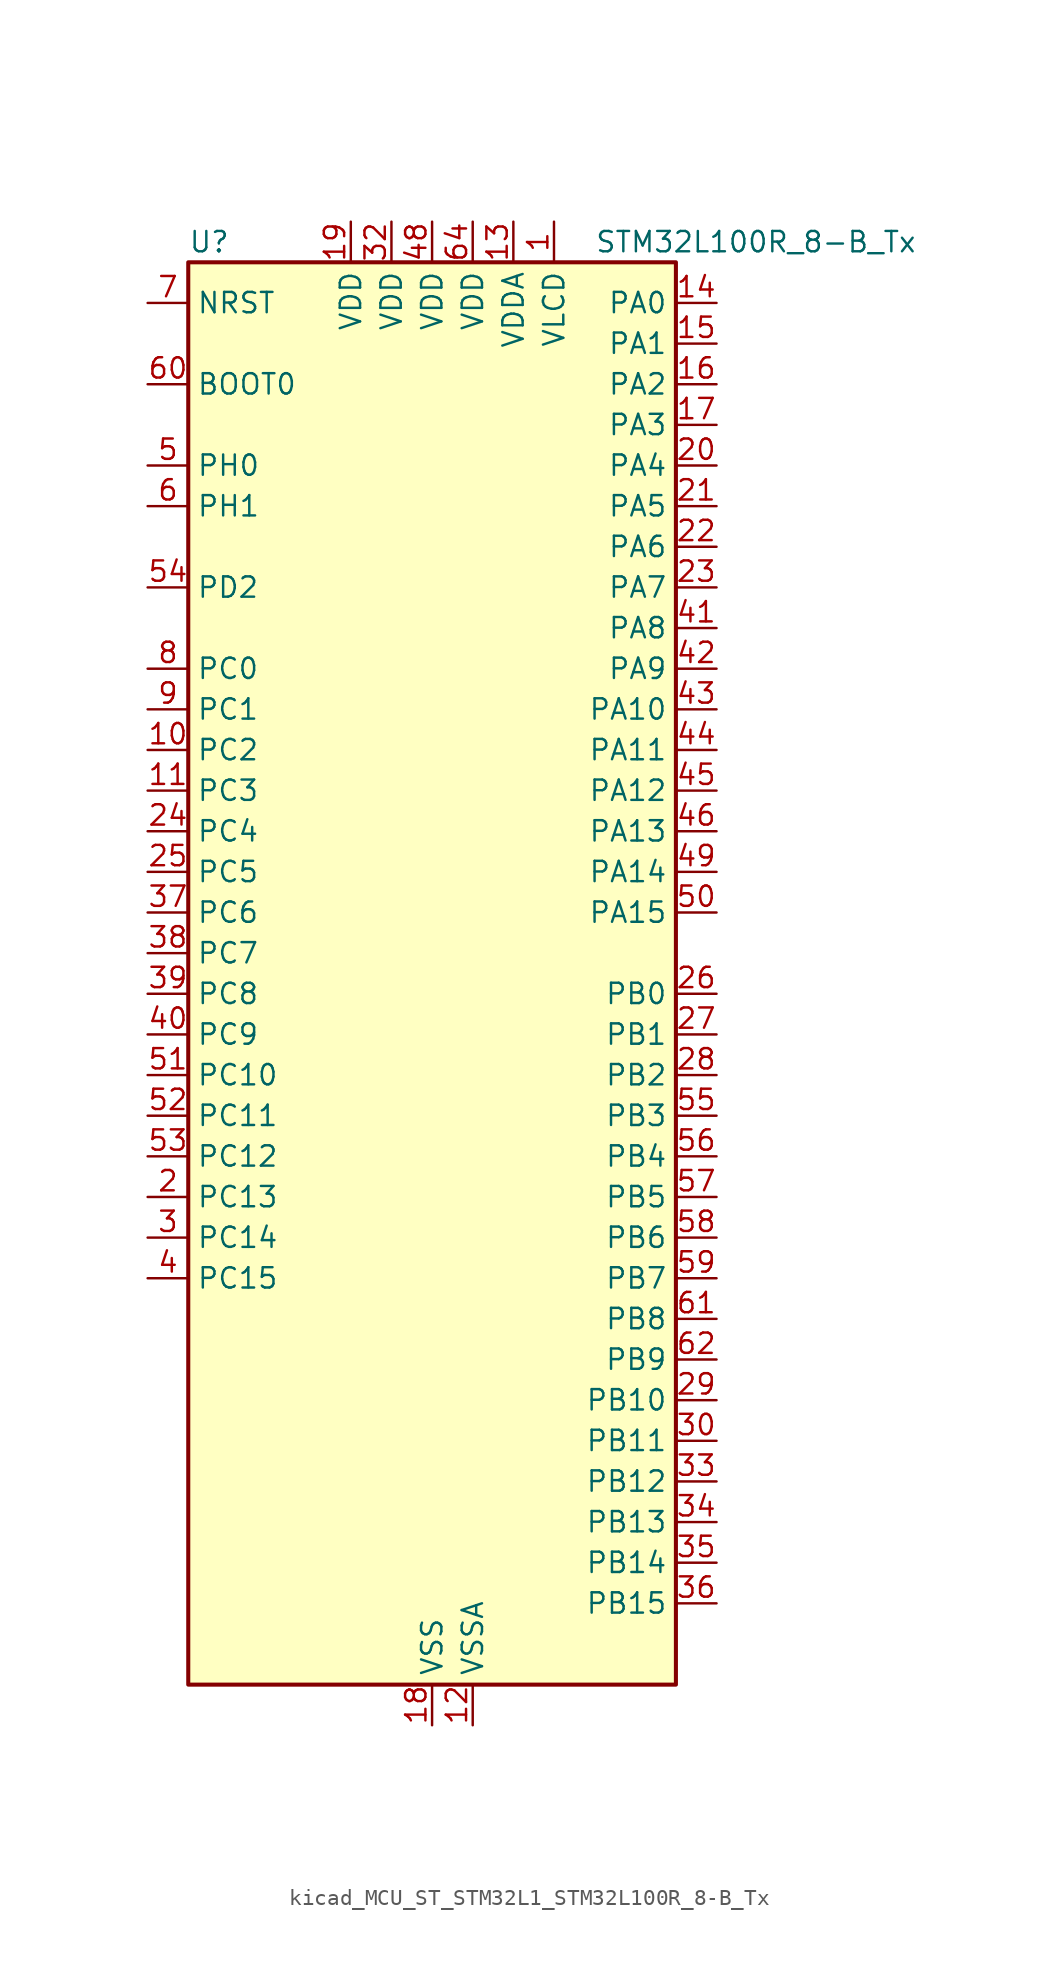
<source format=kicad_sym>
(kicad_symbol_lib
  (version 20220914)
  (generator kicad_symbol_editor)
  (symbol "kicad_MCU_ST_STM32L1_STM32L100R_8-B_Tx"
    (property "Reference" "U"
      (at -15.24 46.99 0)
      (effects (font (size 1.27 1.27)) (justify left)))
    (property "Value" "STM32L100R_8-B_Tx"
      (at 10.16 46.99 0)
      (effects (font (size 1.27 1.27)) (justify left)))
    (property "ki_locked" ""
      (at 0 0 0)
      (effects (font (size 1.27 1.27))))
    (symbol "kicad_MCU_ST_STM32L1_STM32L100R_8-B_Tx_0_1"
      (rectangle (start -15.24 -43.18) (end 15.24 45.72) (stroke (width 0.254) (type default)) (fill (type background))))
    (symbol "kicad_MCU_ST_STM32L1_STM32L100R_8-B_Tx_1_1"
      (pin power_in line (at 7.62 48.26 270) (length 2.54) (name "VLCD" (effects (font (size 1.27 1.27)))) (number "1" (effects (font (size 1.27 1.27)))))
      (pin bidirectional line (at -17.78 15.24 0) (length 2.54) (name "PC2" (effects (font (size 1.27 1.27)))) (number "10" (effects (font (size 1.27 1.27)))) (alternate "ADC_IN12" bidirectional line) (alternate "COMP1_INP" bidirectional line) (alternate "LCD_SEG20" bidirectional line) (alternate "TIMX_IC3" bidirectional line))
      (pin bidirectional line (at -17.78 12.7 0) (length 2.54) (name "PC3" (effects (font (size 1.27 1.27)))) (number "11" (effects (font (size 1.27 1.27)))) (alternate "ADC_IN13" bidirectional line) (alternate "COMP1_INP" bidirectional line) (alternate "LCD_SEG21" bidirectional line) (alternate "TIMX_IC4" bidirectional line))
      (pin power_in line (at 2.54 -45.72 90) (length 2.54) (name "VSSA" (effects (font (size 1.27 1.27)))) (number "12" (effects (font (size 1.27 1.27)))))
      (pin power_in line (at 5.08 48.26 270) (length 2.54) (name "VDDA" (effects (font (size 1.27 1.27)))) (number "13" (effects (font (size 1.27 1.27)))))
      (pin bidirectional line (at 17.78 43.18 180) (length 2.54) (name "PA0" (effects (font (size 1.27 1.27)))) (number "14" (effects (font (size 1.27 1.27)))) (alternate "ADC_IN0" bidirectional line) (alternate "COMP1_INP" bidirectional line) (alternate "SYS_WKUP1" bidirectional line) (alternate "TIM2_CH1" bidirectional line) (alternate "TIM2_ETR" bidirectional line) (alternate "TIMX_IC1" bidirectional line) (alternate "USART2_CTS" bidirectional line))
      (pin bidirectional line (at 17.78 40.64 180) (length 2.54) (name "PA1" (effects (font (size 1.27 1.27)))) (number "15" (effects (font (size 1.27 1.27)))) (alternate "ADC_IN1" bidirectional line) (alternate "COMP1_INP" bidirectional line) (alternate "LCD_SEG0" bidirectional line) (alternate "TIM2_CH2" bidirectional line) (alternate "TIMX_IC2" bidirectional line) (alternate "USART2_RTS" bidirectional line))
      (pin bidirectional line (at 17.78 38.1 180) (length 2.54) (name "PA2" (effects (font (size 1.27 1.27)))) (number "16" (effects (font (size 1.27 1.27)))) (alternate "ADC_IN2" bidirectional line) (alternate "COMP1_INP" bidirectional line) (alternate "LCD_SEG1" bidirectional line) (alternate "TIM2_CH3" bidirectional line) (alternate "TIM9_CH1" bidirectional line) (alternate "TIMX_IC3" bidirectional line) (alternate "USART2_TX" bidirectional line))
      (pin bidirectional line (at 17.78 35.56 180) (length 2.54) (name "PA3" (effects (font (size 1.27 1.27)))) (number "17" (effects (font (size 1.27 1.27)))) (alternate "ADC_IN3" bidirectional line) (alternate "COMP1_INP" bidirectional line) (alternate "LCD_SEG2" bidirectional line) (alternate "TIM2_CH4" bidirectional line) (alternate "TIM9_CH2" bidirectional line) (alternate "TIMX_IC4" bidirectional line) (alternate "USART2_RX" bidirectional line))
      (pin power_in line (at 0 -45.72 90) (length 2.54) (name "VSS" (effects (font (size 1.27 1.27)))) (number "18" (effects (font (size 1.27 1.27)))))
      (pin power_in line (at -5.08 48.26 270) (length 2.54) (name "VDD" (effects (font (size 1.27 1.27)))) (number "19" (effects (font (size 1.27 1.27)))))
      (pin bidirectional line (at -17.78 -12.7 0) (length 2.54) (name "PC13" (effects (font (size 1.27 1.27)))) (number "2" (effects (font (size 1.27 1.27)))) (alternate "RTC_OUT_ALARM" bidirectional line) (alternate "RTC_OUT_CALIB" bidirectional line) (alternate "RTC_TAMP1" bidirectional line) (alternate "RTC_TS" bidirectional line) (alternate "SYS_WKUP2" bidirectional line) (alternate "TIMX_IC2" bidirectional line))
      (pin bidirectional line (at 17.78 33.02 180) (length 2.54) (name "PA4" (effects (font (size 1.27 1.27)))) (number "20" (effects (font (size 1.27 1.27)))) (alternate "ADC_IN4" bidirectional line) (alternate "COMP1_INP" bidirectional line) (alternate "DAC_OUT1" bidirectional line) (alternate "SPI1_NSS" bidirectional line) (alternate "TIMX_IC1" bidirectional line) (alternate "USART2_CK" bidirectional line))
      (pin bidirectional line (at 17.78 30.48 180) (length 2.54) (name "PA5" (effects (font (size 1.27 1.27)))) (number "21" (effects (font (size 1.27 1.27)))) (alternate "ADC_IN5" bidirectional line) (alternate "COMP1_INP" bidirectional line) (alternate "DAC_OUT2" bidirectional line) (alternate "SPI1_SCK" bidirectional line) (alternate "TIM2_CH1" bidirectional line) (alternate "TIM2_ETR" bidirectional line) (alternate "TIMX_IC2" bidirectional line))
      (pin bidirectional line (at 17.78 27.94 180) (length 2.54) (name "PA6" (effects (font (size 1.27 1.27)))) (number "22" (effects (font (size 1.27 1.27)))) (alternate "ADC_IN6" bidirectional line) (alternate "COMP1_INP" bidirectional line) (alternate "LCD_SEG3" bidirectional line) (alternate "SPI1_MISO" bidirectional line) (alternate "TIM10_CH1" bidirectional line) (alternate "TIM3_CH1" bidirectional line) (alternate "TIMX_IC3" bidirectional line))
      (pin bidirectional line (at 17.78 25.4 180) (length 2.54) (name "PA7" (effects (font (size 1.27 1.27)))) (number "23" (effects (font (size 1.27 1.27)))) (alternate "ADC_IN7" bidirectional line) (alternate "COMP1_INP" bidirectional line) (alternate "LCD_SEG4" bidirectional line) (alternate "SPI1_MOSI" bidirectional line) (alternate "TIM11_CH1" bidirectional line) (alternate "TIM3_CH2" bidirectional line) (alternate "TIMX_IC4" bidirectional line))
      (pin bidirectional line (at -17.78 10.16 0) (length 2.54) (name "PC4" (effects (font (size 1.27 1.27)))) (number "24" (effects (font (size 1.27 1.27)))) (alternate "ADC_IN14" bidirectional line) (alternate "COMP1_INP" bidirectional line) (alternate "LCD_SEG22" bidirectional line) (alternate "TIMX_IC1" bidirectional line))
      (pin bidirectional line (at -17.78 7.62 0) (length 2.54) (name "PC5" (effects (font (size 1.27 1.27)))) (number "25" (effects (font (size 1.27 1.27)))) (alternate "ADC_IN15" bidirectional line) (alternate "COMP1_INP" bidirectional line) (alternate "LCD_SEG23" bidirectional line) (alternate "TIMX_IC2" bidirectional line))
      (pin bidirectional line (at 17.78 0 180) (length 2.54) (name "PB0" (effects (font (size 1.27 1.27)))) (number "26" (effects (font (size 1.27 1.27)))) (alternate "ADC_IN8" bidirectional line) (alternate "COMP1_INP" bidirectional line) (alternate "LCD_SEG5" bidirectional line) (alternate "SYS_V_REF_OUT" bidirectional line) (alternate "TIM3_CH3" bidirectional line))
      (pin bidirectional line (at 17.78 -2.54 180) (length 2.54) (name "PB1" (effects (font (size 1.27 1.27)))) (number "27" (effects (font (size 1.27 1.27)))) (alternate "ADC_IN9" bidirectional line) (alternate "COMP1_INP" bidirectional line) (alternate "LCD_SEG6" bidirectional line) (alternate "SYS_V_REF_OUT" bidirectional line) (alternate "TIM3_CH4" bidirectional line))
      (pin bidirectional line (at 17.78 -5.08 180) (length 2.54) (name "PB2" (effects (font (size 1.27 1.27)))) (number "28" (effects (font (size 1.27 1.27)))))
      (pin bidirectional line (at 17.78 -25.4 180) (length 2.54) (name "PB10" (effects (font (size 1.27 1.27)))) (number "29" (effects (font (size 1.27 1.27)))) (alternate "I2C2_SCL" bidirectional line) (alternate "LCD_SEG10" bidirectional line) (alternate "TIM2_CH3" bidirectional line) (alternate "USART3_TX" bidirectional line))
      (pin bidirectional line (at -17.78 -15.24 0) (length 2.54) (name "PC14" (effects (font (size 1.27 1.27)))) (number "3" (effects (font (size 1.27 1.27)))) (alternate "RCC_OSC32_IN" bidirectional line) (alternate "TIMX_IC3" bidirectional line))
      (pin bidirectional line (at 17.78 -27.94 180) (length 2.54) (name "PB11" (effects (font (size 1.27 1.27)))) (number "30" (effects (font (size 1.27 1.27)))) (alternate "ADC_EXTI11" bidirectional line) (alternate "I2C2_SDA" bidirectional line) (alternate "LCD_SEG11" bidirectional line) (alternate "TIM2_CH4" bidirectional line) (alternate "USART3_RX" bidirectional line))
      (pin passive line (at 0 -45.72 90) (length 2.54) hide (name "VSS" (effects (font (size 1.27 1.27)))) (number "31" (effects (font (size 1.27 1.27)))))
      (pin power_in line (at -2.54 48.26 270) (length 2.54) (name "VDD" (effects (font (size 1.27 1.27)))) (number "32" (effects (font (size 1.27 1.27)))))
      (pin bidirectional line (at 17.78 -30.48 180) (length 2.54) (name "PB12" (effects (font (size 1.27 1.27)))) (number "33" (effects (font (size 1.27 1.27)))) (alternate "ADC_IN18" bidirectional line) (alternate "COMP1_INP" bidirectional line) (alternate "I2C2_SMBA" bidirectional line) (alternate "LCD_SEG12" bidirectional line) (alternate "SPI2_NSS" bidirectional line) (alternate "TIM10_CH1" bidirectional line) (alternate "USART3_CK" bidirectional line))
      (pin bidirectional line (at 17.78 -33.02 180) (length 2.54) (name "PB13" (effects (font (size 1.27 1.27)))) (number "34" (effects (font (size 1.27 1.27)))) (alternate "ADC_IN19" bidirectional line) (alternate "COMP1_INP" bidirectional line) (alternate "LCD_SEG13" bidirectional line) (alternate "SPI2_SCK" bidirectional line) (alternate "TIM9_CH1" bidirectional line) (alternate "USART3_CTS" bidirectional line))
      (pin bidirectional line (at 17.78 -35.56 180) (length 2.54) (name "PB14" (effects (font (size 1.27 1.27)))) (number "35" (effects (font (size 1.27 1.27)))) (alternate "ADC_IN20" bidirectional line) (alternate "COMP1_INP" bidirectional line) (alternate "LCD_SEG14" bidirectional line) (alternate "SPI2_MISO" bidirectional line) (alternate "TIM9_CH2" bidirectional line) (alternate "USART3_RTS" bidirectional line))
      (pin bidirectional line (at 17.78 -38.1 180) (length 2.54) (name "PB15" (effects (font (size 1.27 1.27)))) (number "36" (effects (font (size 1.27 1.27)))) (alternate "ADC_EXTI15" bidirectional line) (alternate "ADC_IN21" bidirectional line) (alternate "COMP1_INP" bidirectional line) (alternate "LCD_SEG15" bidirectional line) (alternate "RTC_REFIN" bidirectional line) (alternate "SPI2_MOSI" bidirectional line) (alternate "TIM11_CH1" bidirectional line))
      (pin bidirectional line (at -17.78 5.08 0) (length 2.54) (name "PC6" (effects (font (size 1.27 1.27)))) (number "37" (effects (font (size 1.27 1.27)))) (alternate "LCD_SEG24" bidirectional line) (alternate "TIM3_CH1" bidirectional line) (alternate "TIMX_IC3" bidirectional line))
      (pin bidirectional line (at -17.78 2.54 0) (length 2.54) (name "PC7" (effects (font (size 1.27 1.27)))) (number "38" (effects (font (size 1.27 1.27)))) (alternate "LCD_SEG25" bidirectional line) (alternate "TIM3_CH2" bidirectional line) (alternate "TIMX_IC4" bidirectional line))
      (pin bidirectional line (at -17.78 0 0) (length 2.54) (name "PC8" (effects (font (size 1.27 1.27)))) (number "39" (effects (font (size 1.27 1.27)))) (alternate "LCD_SEG26" bidirectional line) (alternate "TIM3_CH3" bidirectional line) (alternate "TIMX_IC1" bidirectional line))
      (pin bidirectional line (at -17.78 -17.78 0) (length 2.54) (name "PC15" (effects (font (size 1.27 1.27)))) (number "4" (effects (font (size 1.27 1.27)))) (alternate "ADC_EXTI15" bidirectional line) (alternate "RCC_OSC32_OUT" bidirectional line) (alternate "TIMX_IC4" bidirectional line))
      (pin bidirectional line (at -17.78 -2.54 0) (length 2.54) (name "PC9" (effects (font (size 1.27 1.27)))) (number "40" (effects (font (size 1.27 1.27)))) (alternate "DAC_EXTI9" bidirectional line) (alternate "LCD_SEG27" bidirectional line) (alternate "TIM3_CH4" bidirectional line) (alternate "TIMX_IC2" bidirectional line))
      (pin bidirectional line (at 17.78 22.86 180) (length 2.54) (name "PA8" (effects (font (size 1.27 1.27)))) (number "41" (effects (font (size 1.27 1.27)))) (alternate "LCD_COM0" bidirectional line) (alternate "RCC_MCO" bidirectional line) (alternate "TIMX_IC1" bidirectional line) (alternate "USART1_CK" bidirectional line))
      (pin bidirectional line (at 17.78 20.32 180) (length 2.54) (name "PA9" (effects (font (size 1.27 1.27)))) (number "42" (effects (font (size 1.27 1.27)))) (alternate "DAC_EXTI9" bidirectional line) (alternate "LCD_COM1" bidirectional line) (alternate "TIMX_IC2" bidirectional line) (alternate "USART1_TX" bidirectional line))
      (pin bidirectional line (at 17.78 17.78 180) (length 2.54) (name "PA10" (effects (font (size 1.27 1.27)))) (number "43" (effects (font (size 1.27 1.27)))) (alternate "LCD_COM2" bidirectional line) (alternate "TIMX_IC3" bidirectional line) (alternate "USART1_RX" bidirectional line))
      (pin bidirectional line (at 17.78 15.24 180) (length 2.54) (name "PA11" (effects (font (size 1.27 1.27)))) (number "44" (effects (font (size 1.27 1.27)))) (alternate "ADC_EXTI11" bidirectional line) (alternate "SPI1_MISO" bidirectional line) (alternate "TIMX_IC4" bidirectional line) (alternate "USART1_CTS" bidirectional line) (alternate "USB_DM" bidirectional line))
      (pin bidirectional line (at 17.78 12.7 180) (length 2.54) (name "PA12" (effects (font (size 1.27 1.27)))) (number "45" (effects (font (size 1.27 1.27)))) (alternate "SPI1_MOSI" bidirectional line) (alternate "TIMX_IC1" bidirectional line) (alternate "USART1_RTS" bidirectional line) (alternate "USB_DP" bidirectional line))
      (pin bidirectional line (at 17.78 10.16 180) (length 2.54) (name "PA13" (effects (font (size 1.27 1.27)))) (number "46" (effects (font (size 1.27 1.27)))) (alternate "SYS_JTMS-SWDIO" bidirectional line) (alternate "TIMX_IC2" bidirectional line))
      (pin passive line (at 0 -45.72 90) (length 2.54) hide (name "VSS" (effects (font (size 1.27 1.27)))) (number "47" (effects (font (size 1.27 1.27)))))
      (pin power_in line (at 0 48.26 270) (length 2.54) (name "VDD" (effects (font (size 1.27 1.27)))) (number "48" (effects (font (size 1.27 1.27)))))
      (pin bidirectional line (at 17.78 7.62 180) (length 2.54) (name "PA14" (effects (font (size 1.27 1.27)))) (number "49" (effects (font (size 1.27 1.27)))) (alternate "SYS_JTCK-SWCLK" bidirectional line) (alternate "TIMX_IC3" bidirectional line))
      (pin bidirectional line (at -17.78 33.02 0) (length 2.54) (name "PH0" (effects (font (size 1.27 1.27)))) (number "5" (effects (font (size 1.27 1.27)))) (alternate "RCC_OSC_IN" bidirectional line))
      (pin bidirectional line (at 17.78 5.08 180) (length 2.54) (name "PA15" (effects (font (size 1.27 1.27)))) (number "50" (effects (font (size 1.27 1.27)))) (alternate "ADC_EXTI15" bidirectional line) (alternate "LCD_SEG17" bidirectional line) (alternate "SPI1_NSS" bidirectional line) (alternate "SYS_JTDI" bidirectional line) (alternate "TIM2_CH1" bidirectional line) (alternate "TIM2_ETR" bidirectional line) (alternate "TIMX_IC4" bidirectional line))
      (pin bidirectional line (at -17.78 -5.08 0) (length 2.54) (name "PC10" (effects (font (size 1.27 1.27)))) (number "51" (effects (font (size 1.27 1.27)))) (alternate "LCD_COM4" bidirectional line) (alternate "LCD_SEG28" bidirectional line) (alternate "TIMX_IC3" bidirectional line) (alternate "USART3_TX" bidirectional line))
      (pin bidirectional line (at -17.78 -7.62 0) (length 2.54) (name "PC11" (effects (font (size 1.27 1.27)))) (number "52" (effects (font (size 1.27 1.27)))) (alternate "ADC_EXTI11" bidirectional line) (alternate "LCD_COM5" bidirectional line) (alternate "LCD_SEG29" bidirectional line) (alternate "TIMX_IC4" bidirectional line) (alternate "USART3_RX" bidirectional line))
      (pin bidirectional line (at -17.78 -10.16 0) (length 2.54) (name "PC12" (effects (font (size 1.27 1.27)))) (number "53" (effects (font (size 1.27 1.27)))) (alternate "LCD_COM6" bidirectional line) (alternate "LCD_SEG30" bidirectional line) (alternate "TIMX_IC1" bidirectional line) (alternate "USART3_CK" bidirectional line))
      (pin bidirectional line (at -17.78 25.4 0) (length 2.54) (name "PD2" (effects (font (size 1.27 1.27)))) (number "54" (effects (font (size 1.27 1.27)))) (alternate "LCD_COM7" bidirectional line) (alternate "LCD_SEG31" bidirectional line) (alternate "TIM3_ETR" bidirectional line) (alternate "TIMX_IC3" bidirectional line))
      (pin bidirectional line (at 17.78 -7.62 180) (length 2.54) (name "PB3" (effects (font (size 1.27 1.27)))) (number "55" (effects (font (size 1.27 1.27)))) (alternate "COMP2_INM" bidirectional line) (alternate "LCD_SEG7" bidirectional line) (alternate "SPI1_SCK" bidirectional line) (alternate "SYS_JTDO-TRACESWO" bidirectional line) (alternate "TIM2_CH2" bidirectional line))
      (pin bidirectional line (at 17.78 -10.16 180) (length 2.54) (name "PB4" (effects (font (size 1.27 1.27)))) (number "56" (effects (font (size 1.27 1.27)))) (alternate "COMP2_INP" bidirectional line) (alternate "LCD_SEG8" bidirectional line) (alternate "SPI1_MISO" bidirectional line) (alternate "SYS_JTRST" bidirectional line) (alternate "TIM3_CH1" bidirectional line))
      (pin bidirectional line (at 17.78 -12.7 180) (length 2.54) (name "PB5" (effects (font (size 1.27 1.27)))) (number "57" (effects (font (size 1.27 1.27)))) (alternate "COMP2_INP" bidirectional line) (alternate "I2C1_SMBA" bidirectional line) (alternate "LCD_SEG9" bidirectional line) (alternate "SPI1_MOSI" bidirectional line) (alternate "TIM3_CH2" bidirectional line))
      (pin bidirectional line (at 17.78 -15.24 180) (length 2.54) (name "PB6" (effects (font (size 1.27 1.27)))) (number "58" (effects (font (size 1.27 1.27)))) (alternate "I2C1_SCL" bidirectional line) (alternate "TIM4_CH1" bidirectional line) (alternate "USART1_TX" bidirectional line))
      (pin bidirectional line (at 17.78 -17.78 180) (length 2.54) (name "PB7" (effects (font (size 1.27 1.27)))) (number "59" (effects (font (size 1.27 1.27)))) (alternate "I2C1_SDA" bidirectional line) (alternate "SYS_PVD_IN" bidirectional line) (alternate "TIM4_CH2" bidirectional line) (alternate "USART1_RX" bidirectional line))
      (pin bidirectional line (at -17.78 30.48 0) (length 2.54) (name "PH1" (effects (font (size 1.27 1.27)))) (number "6" (effects (font (size 1.27 1.27)))) (alternate "RCC_OSC_OUT" bidirectional line))
      (pin input line (at -17.78 38.1 0) (length 2.54) (name "BOOT0" (effects (font (size 1.27 1.27)))) (number "60" (effects (font (size 1.27 1.27)))))
      (pin bidirectional line (at 17.78 -20.32 180) (length 2.54) (name "PB8" (effects (font (size 1.27 1.27)))) (number "61" (effects (font (size 1.27 1.27)))) (alternate "I2C1_SCL" bidirectional line) (alternate "LCD_SEG16" bidirectional line) (alternate "TIM10_CH1" bidirectional line) (alternate "TIM4_CH3" bidirectional line))
      (pin bidirectional line (at 17.78 -22.86 180) (length 2.54) (name "PB9" (effects (font (size 1.27 1.27)))) (number "62" (effects (font (size 1.27 1.27)))) (alternate "DAC_EXTI9" bidirectional line) (alternate "I2C1_SDA" bidirectional line) (alternate "LCD_COM3" bidirectional line) (alternate "TIM11_CH1" bidirectional line) (alternate "TIM4_CH4" bidirectional line))
      (pin passive line (at 0 -45.72 90) (length 2.54) hide (name "VSS" (effects (font (size 1.27 1.27)))) (number "63" (effects (font (size 1.27 1.27)))))
      (pin power_in line (at 2.54 48.26 270) (length 2.54) (name "VDD" (effects (font (size 1.27 1.27)))) (number "64" (effects (font (size 1.27 1.27)))))
      (pin input line (at -17.78 43.18 0) (length 2.54) (name "NRST" (effects (font (size 1.27 1.27)))) (number "7" (effects (font (size 1.27 1.27)))))
      (pin bidirectional line (at -17.78 20.32 0) (length 2.54) (name "PC0" (effects (font (size 1.27 1.27)))) (number "8" (effects (font (size 1.27 1.27)))) (alternate "ADC_IN10" bidirectional line) (alternate "COMP1_INP" bidirectional line) (alternate "LCD_SEG18" bidirectional line) (alternate "TIMX_IC1" bidirectional line))
      (pin bidirectional line (at -17.78 17.78 0) (length 2.54) (name "PC1" (effects (font (size 1.27 1.27)))) (number "9" (effects (font (size 1.27 1.27)))) (alternate "ADC_IN11" bidirectional line) (alternate "COMP1_INP" bidirectional line) (alternate "LCD_SEG19" bidirectional line) (alternate "TIMX_IC2" bidirectional line)))))
</source>
